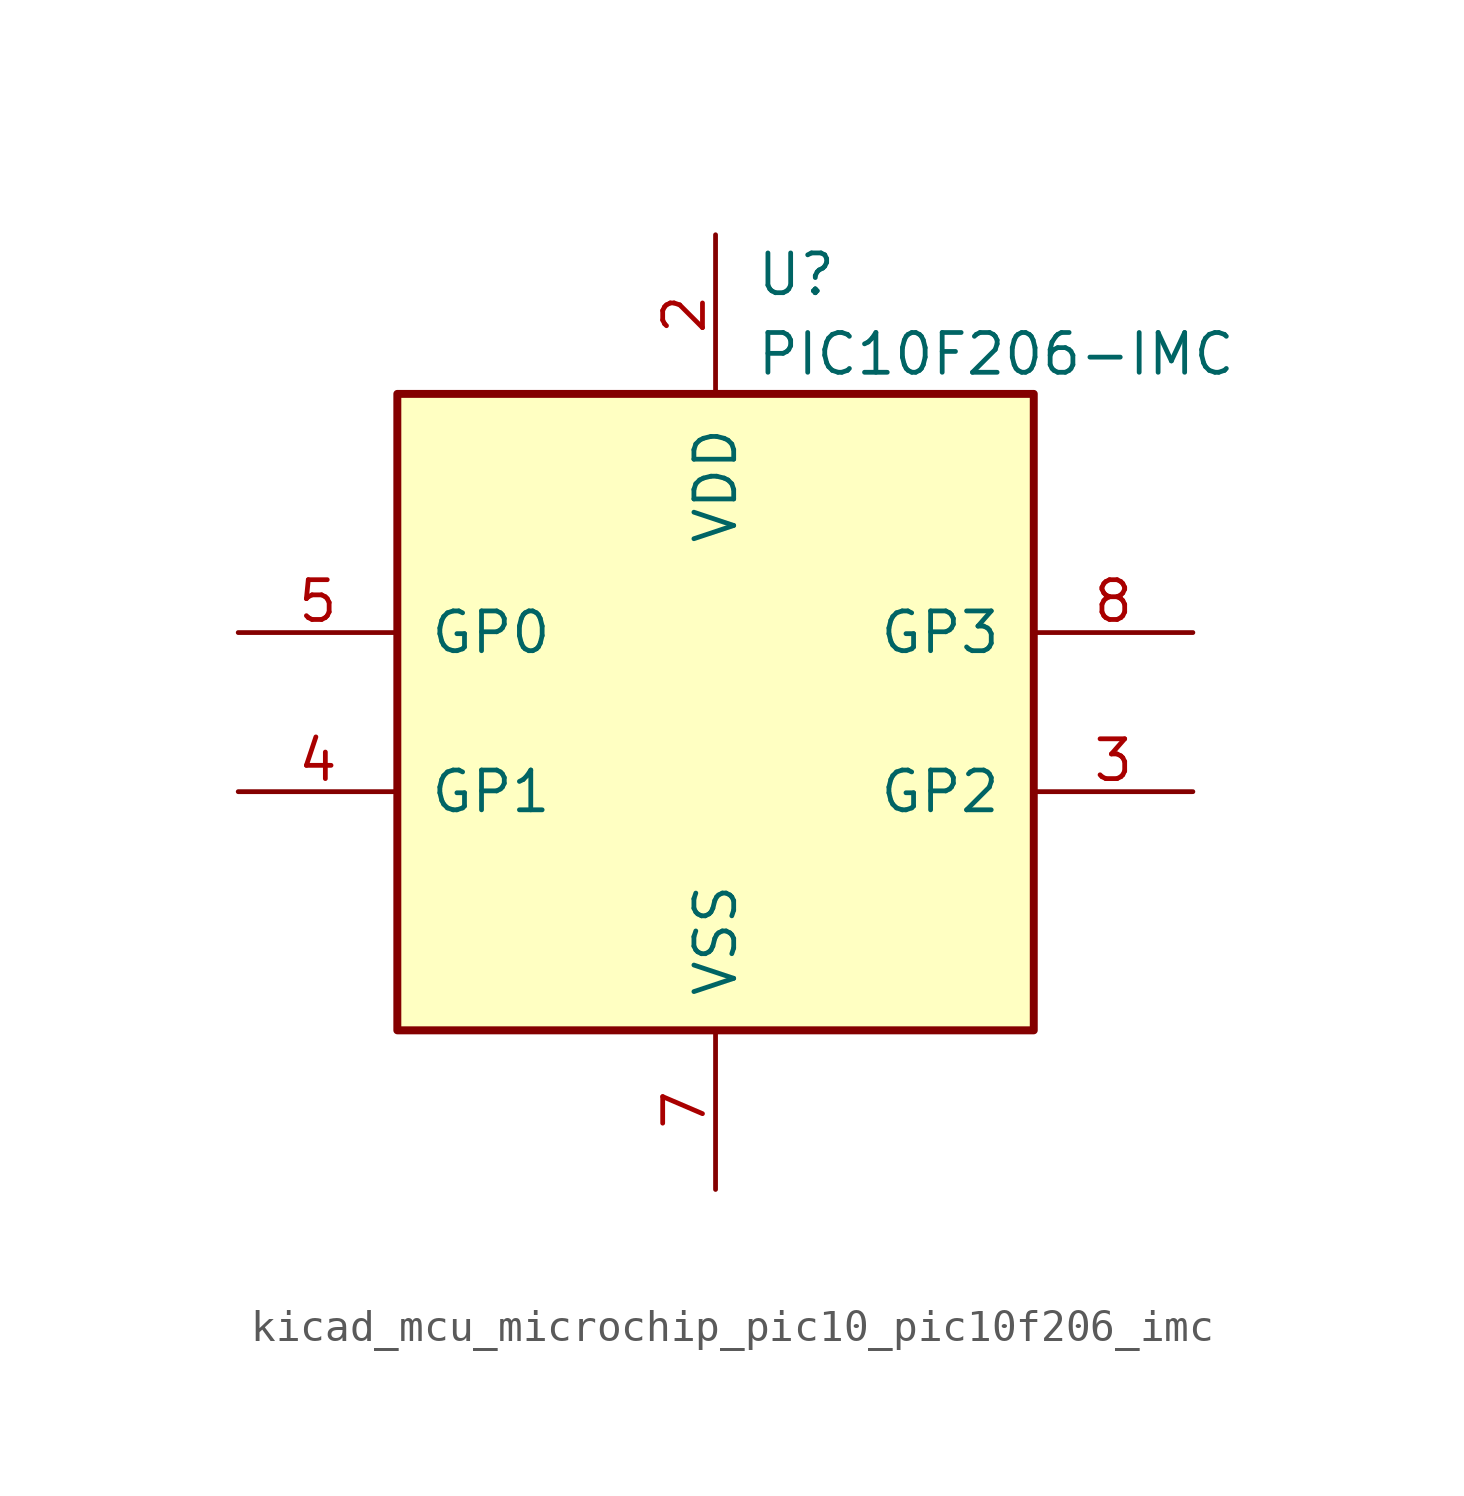
<source format=kicad_sym>
(kicad_symbol_lib
  (version 20220914)
  (generator kicad_symbol_editor)
  (symbol "kicad_mcu_microchip_pic10_pic10f206_imc"
    (pin_names
      (offset 1.016))
    (property "Reference" "U"
      (at 1.27 13.97 0)
      (effects (font (size 1.27 1.27)) (justify left)))
    (property "Value" "PIC10F206-IMC"
      (at 1.27 11.43 0)
      (effects (font (size 1.27 1.27)) (justify left)))
    (symbol "kicad_mcu_microchip_pic10_pic10f206_imc_0_1"
      (rectangle (start -10.16 10.16) (end 10.16 -10.16) (stroke (width 0.254) (type default)) (fill (type background))))
    (symbol "kicad_mcu_microchip_pic10_pic10f206_imc_1_1"
      (pin power_in line (at 0 15.24 270) (length 5.08) (name "VDD" (effects (font (size 1.27 1.27)))) (number "2" (effects (font (size 1.27 1.27)))))
      (pin bidirectional line (at 15.24 -2.54 180) (length 5.08) (name "GP2" (effects (font (size 1.27 1.27)))) (number "3" (effects (font (size 1.27 1.27)))))
      (pin bidirectional line (at -15.24 -2.54 0) (length 5.08) (name "GP1" (effects (font (size 1.27 1.27)))) (number "4" (effects (font (size 1.27 1.27)))))
      (pin bidirectional line (at -15.24 2.54 0) (length 5.08) (name "GP0" (effects (font (size 1.27 1.27)))) (number "5" (effects (font (size 1.27 1.27)))))
      (pin power_in line (at 0 -15.24 90) (length 5.08) (name "VSS" (effects (font (size 1.27 1.27)))) (number "7" (effects (font (size 1.27 1.27)))))
      (pin input line (at 15.24 2.54 180) (length 5.08) (name "GP3" (effects (font (size 1.27 1.27)))) (number "8" (effects (font (size 1.27 1.27))))))))
</source>
